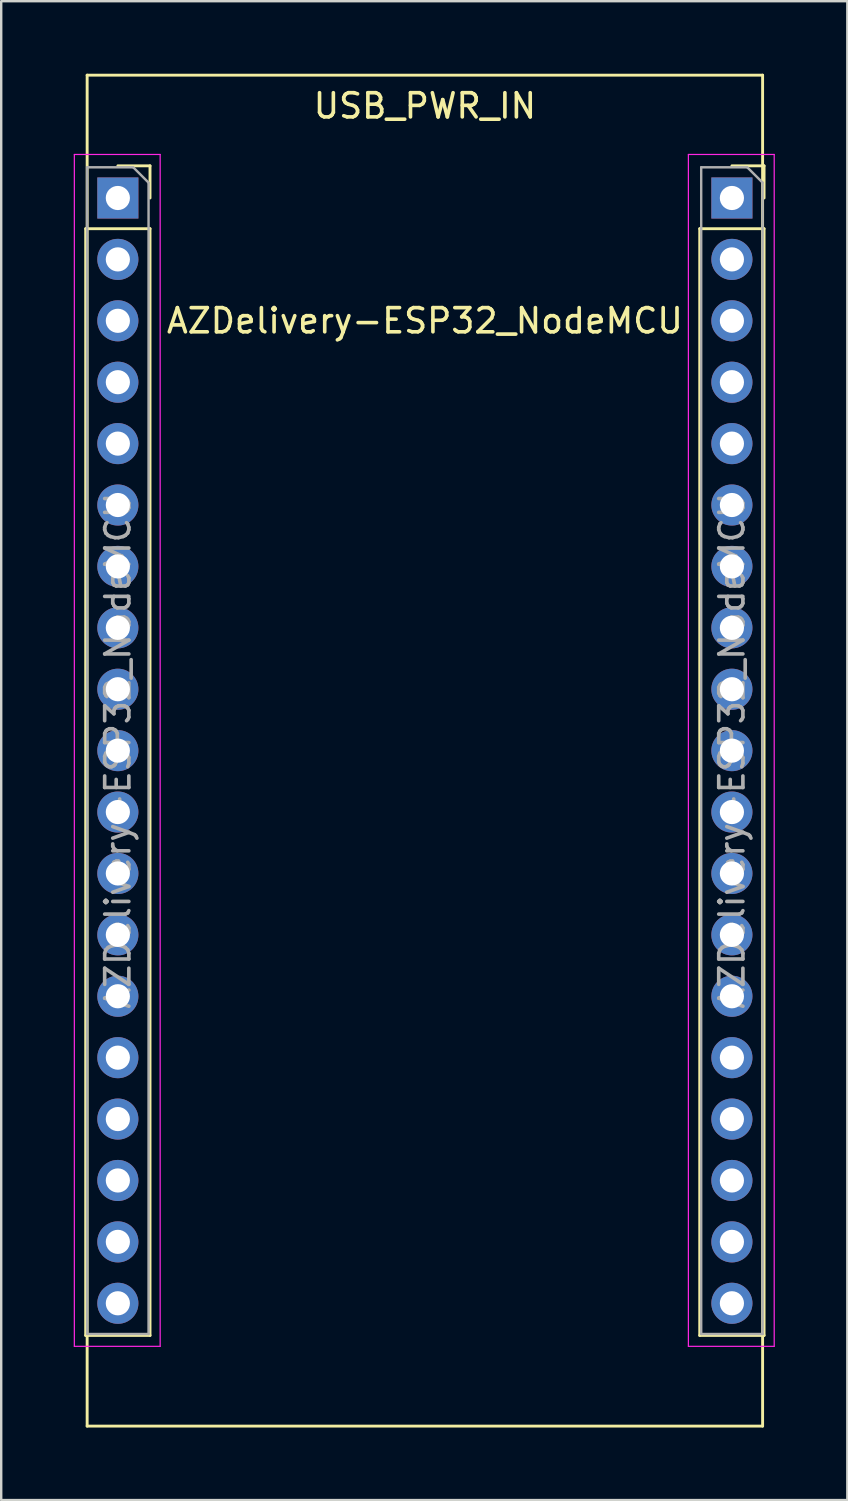
<source format=kicad_pcb>
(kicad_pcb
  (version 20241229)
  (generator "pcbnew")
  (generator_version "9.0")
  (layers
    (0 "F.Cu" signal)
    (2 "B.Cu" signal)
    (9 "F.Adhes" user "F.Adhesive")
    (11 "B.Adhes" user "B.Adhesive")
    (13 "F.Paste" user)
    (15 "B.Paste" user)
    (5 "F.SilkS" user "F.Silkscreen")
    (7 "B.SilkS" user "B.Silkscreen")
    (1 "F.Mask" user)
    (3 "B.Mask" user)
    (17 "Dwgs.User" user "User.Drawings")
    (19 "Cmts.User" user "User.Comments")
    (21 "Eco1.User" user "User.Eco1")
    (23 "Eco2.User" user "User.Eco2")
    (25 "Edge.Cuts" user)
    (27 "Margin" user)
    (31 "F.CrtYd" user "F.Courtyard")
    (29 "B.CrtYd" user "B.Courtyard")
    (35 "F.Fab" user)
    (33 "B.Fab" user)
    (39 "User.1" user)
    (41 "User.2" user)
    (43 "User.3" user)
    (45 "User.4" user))
  (footprint "AZDelivery-ESP32_NodeMCU"
    (layer "F.Cu")
    (at 1.825 5.14)
    (property "Reference" "AZDelivery-ESP32_NodeMCU" (at 12.7 5.08 0) (layer "F.SilkS") (effects (font (size 1 1) (thickness 0.15))))
    (attr through_hole)
    (fp_line (start -1.33 1.27) (end -1.33 47.05) (stroke (width 0.12) (type solid)) (layer "F.SilkS"))
    (fp_line (start -1.33 1.27) (end 1.33 1.27) (stroke (width 0.12) (type solid)) (layer "F.SilkS"))
    (fp_line (start -1.33 47.05) (end 1.33 47.05) (stroke (width 0.12) (type solid)) (layer "F.SilkS"))
    (fp_line (start -1.27 -5.08) (end -1.27 50.8) (stroke (width 0.12) (type solid)) (layer "F.SilkS"))
    (fp_line (start -1.27 50.8) (end 26.67 50.8) (stroke (width 0.12) (type solid)) (layer "F.SilkS"))
    (fp_line (start 0 -1.33) (end 1.33 -1.33) (stroke (width 0.12) (type solid)) (layer "F.SilkS"))
    (fp_line (start 1.33 -1.33) (end 1.33 0) (stroke (width 0.12) (type solid)) (layer "F.SilkS"))
    (fp_line (start 1.33 1.27) (end 1.33 47.05) (stroke (width 0.12) (type solid)) (layer "F.SilkS"))
    (fp_line (start 24.07 1.27) (end 24.07 47.05) (stroke (width 0.12) (type solid)) (layer "F.SilkS"))
    (fp_line (start 24.07 1.27) (end 26.73 1.27) (stroke (width 0.12) (type solid)) (layer "F.SilkS"))
    (fp_line (start 24.07 47.05) (end 26.73 47.05) (stroke (width 0.12) (type solid)) (layer "F.SilkS"))
    (fp_line (start 25.4 -1.33) (end 26.73 -1.33) (stroke (width 0.12) (type solid)) (layer "F.SilkS"))
    (fp_line (start 26.67 -5.08) (end -1.27 -5.08) (stroke (width 0.12) (type solid)) (layer "F.SilkS"))
    (fp_line (start 26.67 50.8) (end 26.67 -5.08) (stroke (width 0.12) (type solid)) (layer "F.SilkS"))
    (fp_line (start 26.73 -1.33) (end 26.73 0) (stroke (width 0.12) (type solid)) (layer "F.SilkS"))
    (fp_line (start 26.73 1.27) (end 26.73 47.05) (stroke (width 0.12) (type solid)) (layer "F.SilkS"))
    (fp_line (start -1.8 -1.8) (end 1.75 -1.8) (stroke (width 0.05) (type solid)) (layer "F.CrtYd"))
    (fp_line (start -1.8 47.5) (end -1.8 -1.8) (stroke (width 0.05) (type solid)) (layer "F.CrtYd"))
    (fp_line (start 1.75 -1.8) (end 1.75 47.5) (stroke (width 0.05) (type solid)) (layer "F.CrtYd"))
    (fp_line (start 1.75 47.5) (end -1.8 47.5) (stroke (width 0.05) (type solid)) (layer "F.CrtYd"))
    (fp_line (start 23.6 -1.8) (end 27.15 -1.8) (stroke (width 0.05) (type solid)) (layer "F.CrtYd"))
    (fp_line (start 23.6 47.5) (end 23.6 -1.8) (stroke (width 0.05) (type solid)) (layer "F.CrtYd"))
    (fp_line (start 27.15 -1.8) (end 27.15 47.5) (stroke (width 0.05) (type solid)) (layer "F.CrtYd"))
    (fp_line (start 27.15 47.5) (end 23.6 47.5) (stroke (width 0.05) (type solid)) (layer "F.CrtYd"))
    (fp_line (start -1.27 -1.27) (end 0.635 -1.27) (stroke (width 0.1) (type solid)) (layer "F.Fab"))
    (fp_line (start -1.27 46.99) (end -1.27 -1.27) (stroke (width 0.1) (type solid)) (layer "F.Fab"))
    (fp_line (start 0.635 -1.27) (end 1.27 -0.635) (stroke (width 0.1) (type solid)) (layer "F.Fab"))
    (fp_line (start 1.27 -0.635) (end 1.27 46.99) (stroke (width 0.1) (type solid)) (layer "F.Fab"))
    (fp_line (start 1.27 46.99) (end -1.27 46.99) (stroke (width 0.1) (type solid)) (layer "F.Fab"))
    (fp_line (start 24.13 -1.27) (end 26.035 -1.27) (stroke (width 0.1) (type solid)) (layer "F.Fab"))
    (fp_line (start 24.13 46.99) (end 24.13 -1.27) (stroke (width 0.1) (type solid)) (layer "F.Fab"))
    (fp_line (start 26.035 -1.27) (end 26.67 -0.635) (stroke (width 0.1) (type solid)) (layer "F.Fab"))
    (fp_line (start 26.67 -0.635) (end 26.67 46.99) (stroke (width 0.1) (type solid)) (layer "F.Fab"))
    (fp_line (start 26.67 46.99) (end 24.13 46.99) (stroke (width 0.1) (type solid)) (layer "F.Fab"))
    (fp_text user "USB_PWR_IN" (at 12.7 -3.81 0) (layer "F.SilkS") (effects (font (size 1 1) (thickness 0.15))))
    (fp_text user "${REFERENCE}" (at 0 22.86 90) (layer "F.Fab") (effects (font (size 1 1) (thickness 0.15))))
    (fp_text user "${REFERENCE}" (at 25.4 22.86 90) (layer "F.Fab") (effects (font (size 1 1) (thickness 0.15))))
    (pad "1" thru_hole rect (at 0 0) (size 1.7 1.7) (drill 1) (layers "*.Cu" "*.Mask"))
    (pad "2" thru_hole oval (at 0 2.54) (size 1.7 1.7) (drill 1) (layers "*.Cu" "*.Mask"))
    (pad "3" thru_hole oval (at 0 5.08) (size 1.7 1.7) (drill 1) (layers "*.Cu" "*.Mask"))
    (pad "4" thru_hole oval (at 0 7.62) (size 1.7 1.7) (drill 1) (layers "*.Cu" "*.Mask"))
    (pad "5" thru_hole oval (at 0 10.16) (size 1.7 1.7) (drill 1) (layers "*.Cu" "*.Mask"))
    (pad "6" thru_hole oval (at 0 12.7) (size 1.7 1.7) (drill 1) (layers "*.Cu" "*.Mask"))
    (pad "7" thru_hole oval (at 0 15.24) (size 1.7 1.7) (drill 1) (layers "*.Cu" "*.Mask"))
    (pad "8" thru_hole oval (at 0 17.78) (size 1.7 1.7) (drill 1) (layers "*.Cu" "*.Mask"))
    (pad "9" thru_hole oval (at 0 20.32) (size 1.7 1.7) (drill 1) (layers "*.Cu" "*.Mask"))
    (pad "10" thru_hole oval (at 0 22.86) (size 1.7 1.7) (drill 1) (layers "*.Cu" "*.Mask"))
    (pad "11" thru_hole oval (at 0 25.4) (size 1.7 1.7) (drill 1) (layers "*.Cu" "*.Mask"))
    (pad "12" thru_hole oval (at 0 27.94) (size 1.7 1.7) (drill 1) (layers "*.Cu" "*.Mask"))
    (pad "13" thru_hole oval (at 0 30.48) (size 1.7 1.7) (drill 1) (layers "*.Cu" "*.Mask"))
    (pad "14" thru_hole oval (at 0 33.02) (size 1.7 1.7) (drill 1) (layers "*.Cu" "*.Mask"))
    (pad "15" thru_hole oval (at 0 35.56) (size 1.7 1.7) (drill 1) (layers "*.Cu" "*.Mask"))
    (pad "16" thru_hole oval (at 0 38.1) (size 1.7 1.7) (drill 1) (layers "*.Cu" "*.Mask"))
    (pad "17" thru_hole oval (at 0 40.64) (size 1.7 1.7) (drill 1) (layers "*.Cu" "*.Mask"))
    (pad "18" thru_hole oval (at 0 43.18) (size 1.7 1.7) (drill 1) (layers "*.Cu" "*.Mask"))
    (pad "19" thru_hole oval (at 0 45.72) (size 1.7 1.7) (drill 1) (layers "*.Cu" "*.Mask"))
    (pad "20" thru_hole rect (at 25.4 0) (size 1.7 1.7) (drill 1) (layers "*.Cu" "*.Mask"))
    (pad "21" thru_hole oval (at 25.4 2.54) (size 1.7 1.7) (drill 1) (layers "*.Cu" "*.Mask"))
    (pad "22" thru_hole oval (at 25.4 5.08) (size 1.7 1.7) (drill 1) (layers "*.Cu" "*.Mask"))
    (pad "23" thru_hole oval (at 25.4 7.62) (size 1.7 1.7) (drill 1) (layers "*.Cu" "*.Mask"))
    (pad "24" thru_hole oval (at 25.4 10.16) (size 1.7 1.7) (drill 1) (layers "*.Cu" "*.Mask"))
    (pad "25" thru_hole oval (at 25.4 12.7) (size 1.7 1.7) (drill 1) (layers "*.Cu" "*.Mask"))
    (pad "26" thru_hole oval (at 25.4 15.24) (size 1.7 1.7) (drill 1) (layers "*.Cu" "*.Mask"))
    (pad "27" thru_hole oval (at 25.4 17.78) (size 1.7 1.7) (drill 1) (layers "*.Cu" "*.Mask"))
    (pad "28" thru_hole oval (at 25.4 20.32) (size 1.7 1.7) (drill 1) (layers "*.Cu" "*.Mask"))
    (pad "29" thru_hole oval (at 25.4 22.86) (size 1.7 1.7) (drill 1) (layers "*.Cu" "*.Mask"))
    (pad "30" thru_hole oval (at 25.4 25.4) (size 1.7 1.7) (drill 1) (layers "*.Cu" "*.Mask"))
    (pad "31" thru_hole oval (at 25.4 27.94) (size 1.7 1.7) (drill 1) (layers "*.Cu" "*.Mask"))
    (pad "32" thru_hole oval (at 25.4 30.48) (size 1.7 1.7) (drill 1) (layers "*.Cu" "*.Mask"))
    (pad "33" thru_hole oval (at 25.4 33.02) (size 1.7 1.7) (drill 1) (layers "*.Cu" "*.Mask"))
    (pad "34" thru_hole oval (at 25.4 35.56) (size 1.7 1.7) (drill 1) (layers "*.Cu" "*.Mask"))
    (pad "35" thru_hole oval (at 25.4 38.1) (size 1.7 1.7) (drill 1) (layers "*.Cu" "*.Mask"))
    (pad "36" thru_hole oval (at 25.4 40.64) (size 1.7 1.7) (drill 1) (layers "*.Cu" "*.Mask"))
    (pad "37" thru_hole oval (at 25.4 43.18) (size 1.7 1.7) (drill 1) (layers "*.Cu" "*.Mask"))
    (pad "38" thru_hole oval (at 25.4 45.72) (size 1.7 1.7) (drill 1) (layers "*.Cu" "*.Mask")))
  (gr_rect
    (start -3 -3)
    (end 32 59)
    (stroke (width 0.1) (type default))
    (fill no)
    (layer "Edge.Cuts")))
</source>
